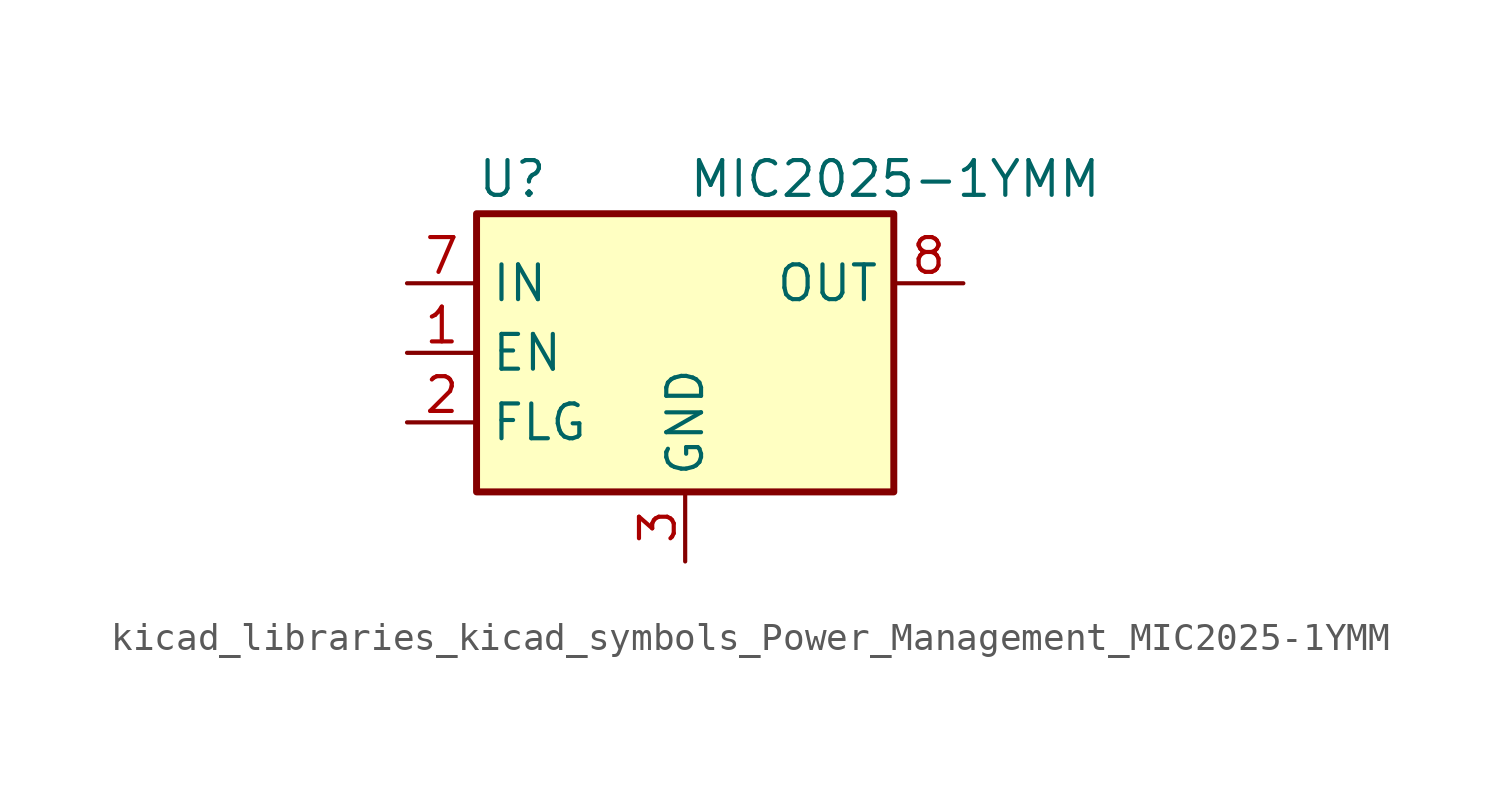
<source format=kicad_sym>
(kicad_symbol_lib
  (version 20220914)
  (generator kicad_symbol_editor)
  (symbol "kicad_libraries_kicad_symbols_Power_Management_MIC2025-1YMM"
    (property "Reference" "U"
      (at -7.62 6.35 0)
      (effects (font (size 1.27 1.27)) (justify left)))
    (property "Value" "MIC2025-1YMM"
      (at 15.24 6.35 0)
      (effects (font (size 1.27 1.27)) (justify right)))
    (symbol "kicad_libraries_kicad_symbols_Power_Management_MIC2025-1YMM_0_1"
      (rectangle (start -7.62 5.08) (end 7.62 -5.08) (stroke (width 0.254) (type default)) (fill (type background))))
    (symbol "kicad_libraries_kicad_symbols_Power_Management_MIC2025-1YMM_1_1"
      (pin input line (at -10.16 0 0) (length 2.54) (name "EN" (effects (font (size 1.27 1.27)))) (number "1" (effects (font (size 1.27 1.27)))))
      (pin open_collector line (at -10.16 -2.54 0) (length 2.54) (name "FLG" (effects (font (size 1.27 1.27)))) (number "2" (effects (font (size 1.27 1.27)))))
      (pin power_in line (at 0 -7.62 90) (length 2.54) (name "GND" (effects (font (size 1.27 1.27)))) (number "3" (effects (font (size 1.27 1.27)))))
      (pin no_connect line (at 7.62 0 180) (length 2.54) hide (name "NC" (effects (font (size 1.27 1.27)))) (number "4" (effects (font (size 1.27 1.27)))))
      (pin no_connect line (at 7.62 -2.54 180) (length 2.54) hide (name "NC" (effects (font (size 1.27 1.27)))) (number "5" (effects (font (size 1.27 1.27)))))
      (pin passive line (at 10.16 2.54 180) (length 2.54) hide (name "OUT" (effects (font (size 1.27 1.27)))) (number "6" (effects (font (size 1.27 1.27)))))
      (pin power_in line (at -10.16 2.54 0) (length 2.54) (name "IN" (effects (font (size 1.27 1.27)))) (number "7" (effects (font (size 1.27 1.27)))))
      (pin power_out line (at 10.16 2.54 180) (length 2.54) (name "OUT" (effects (font (size 1.27 1.27)))) (number "8" (effects (font (size 1.27 1.27))))))))
</source>
